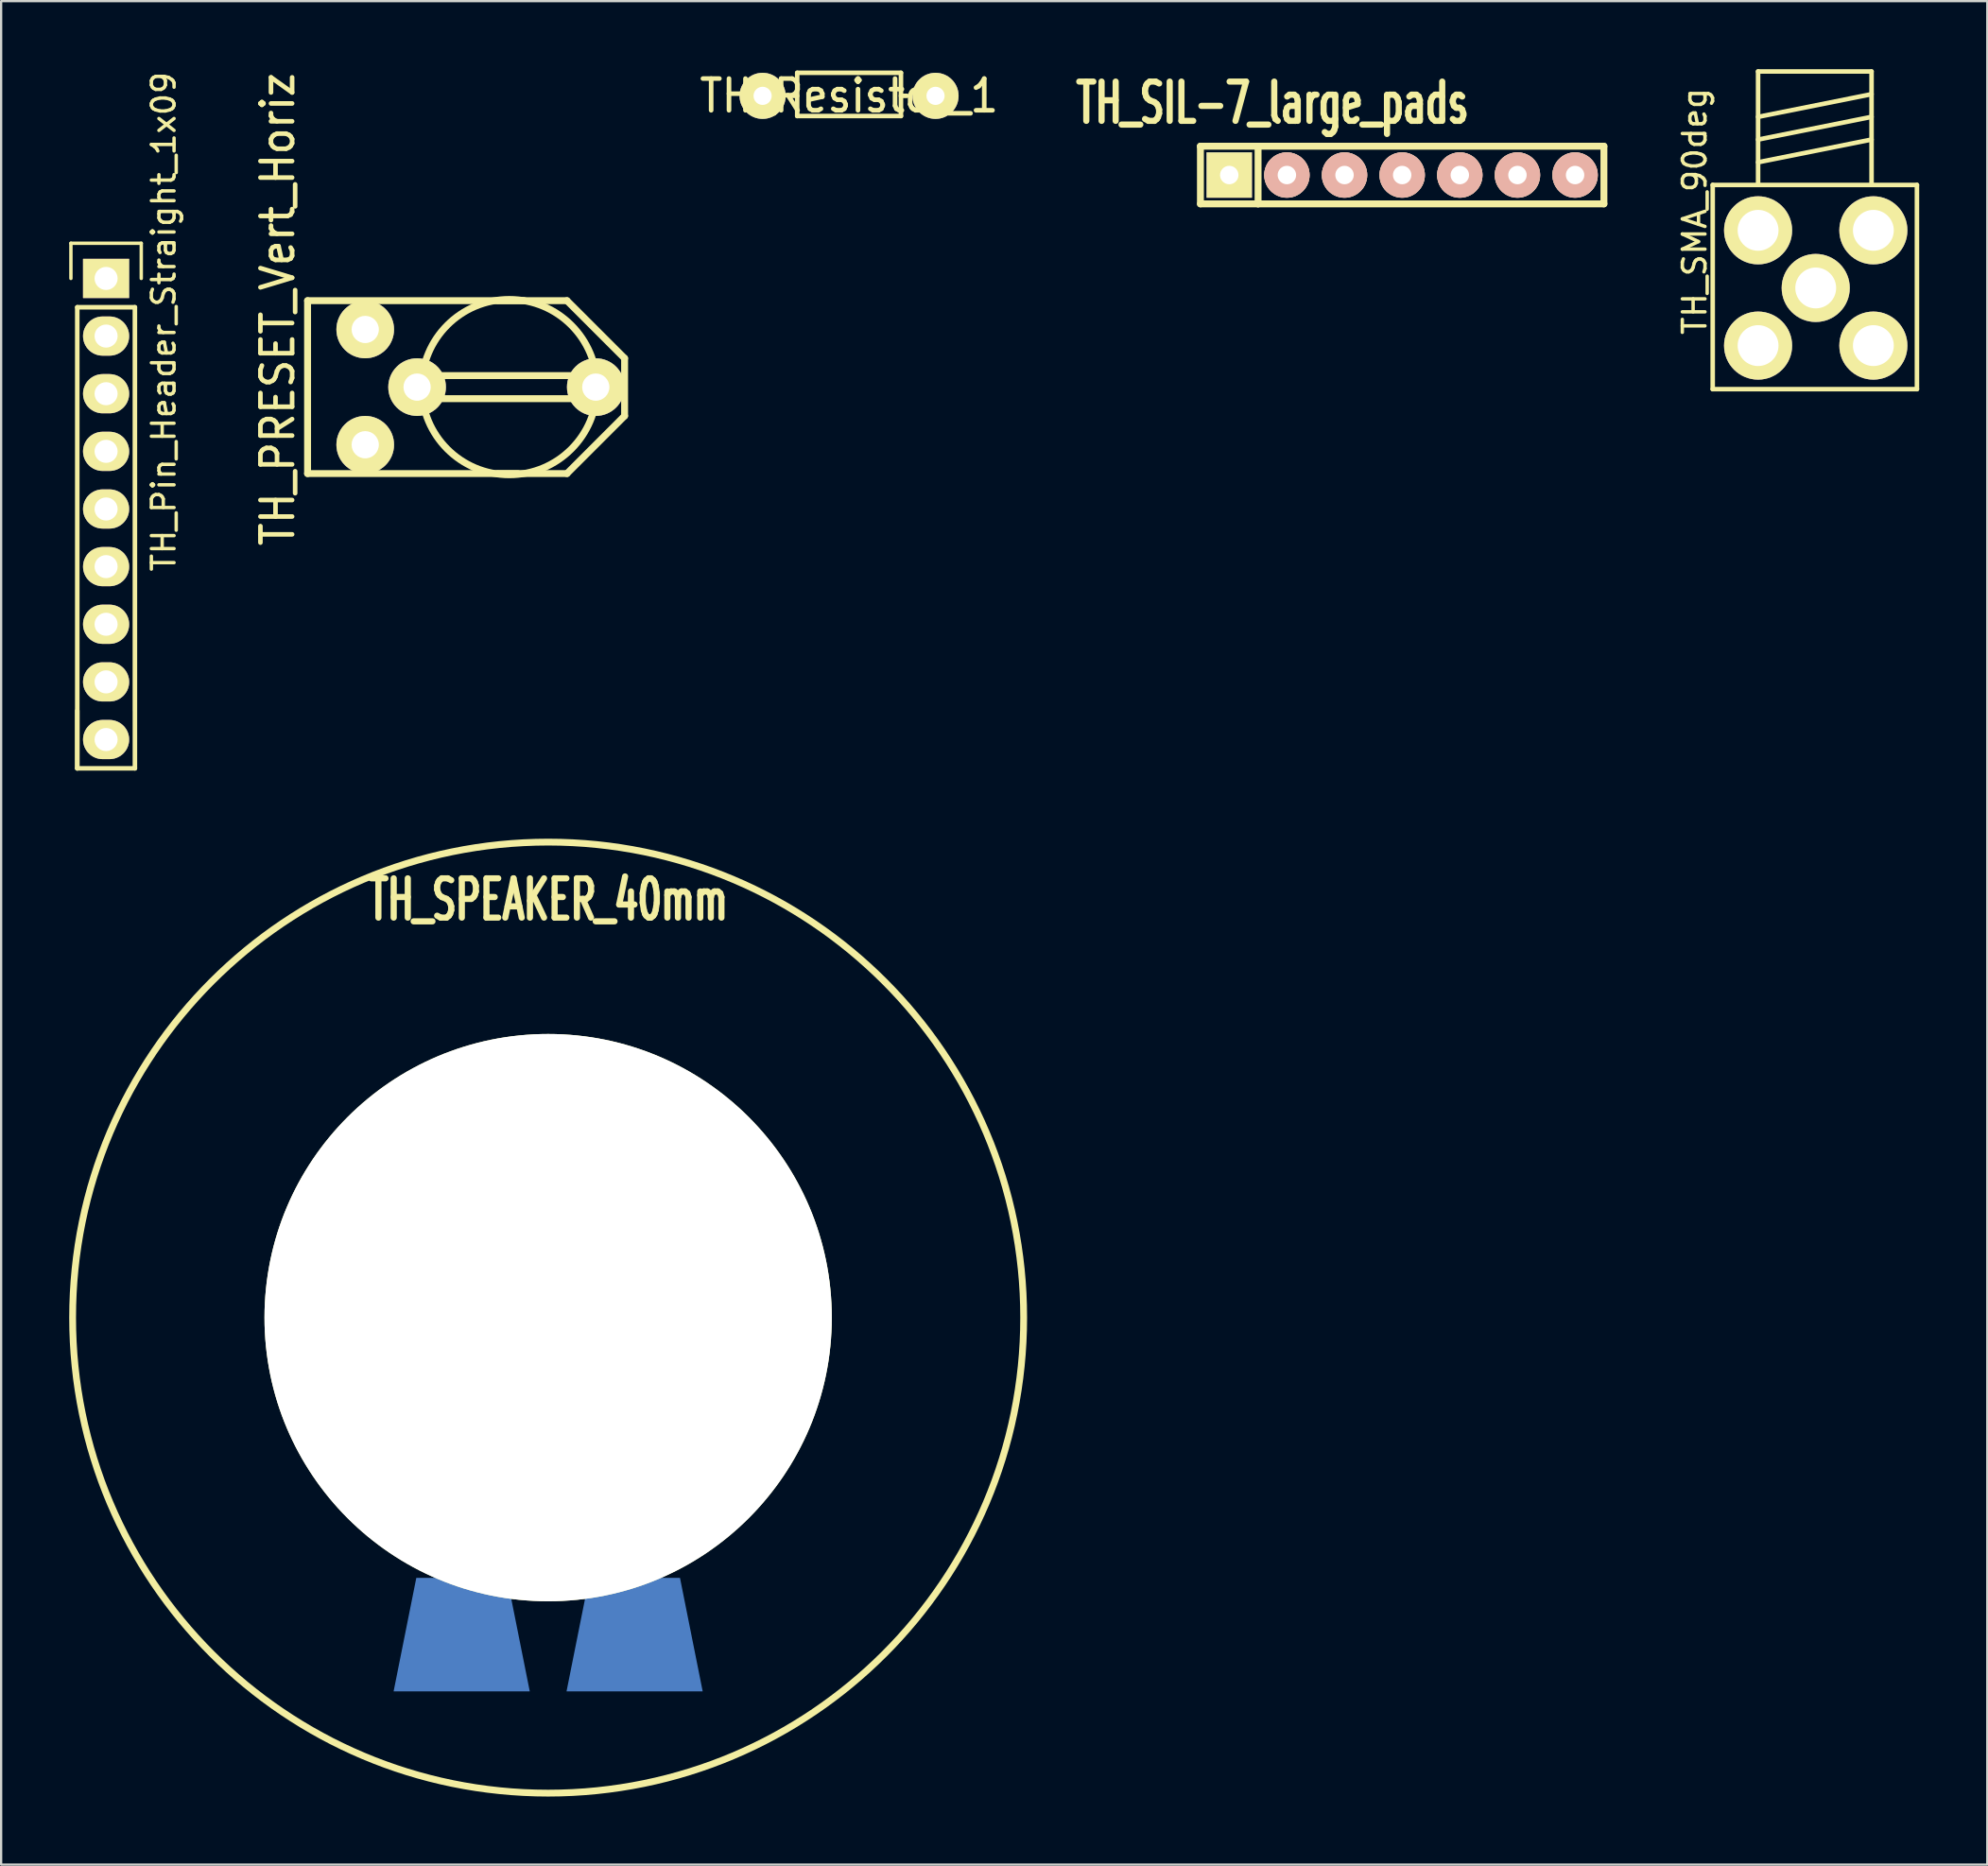
<source format=kicad_pcb>
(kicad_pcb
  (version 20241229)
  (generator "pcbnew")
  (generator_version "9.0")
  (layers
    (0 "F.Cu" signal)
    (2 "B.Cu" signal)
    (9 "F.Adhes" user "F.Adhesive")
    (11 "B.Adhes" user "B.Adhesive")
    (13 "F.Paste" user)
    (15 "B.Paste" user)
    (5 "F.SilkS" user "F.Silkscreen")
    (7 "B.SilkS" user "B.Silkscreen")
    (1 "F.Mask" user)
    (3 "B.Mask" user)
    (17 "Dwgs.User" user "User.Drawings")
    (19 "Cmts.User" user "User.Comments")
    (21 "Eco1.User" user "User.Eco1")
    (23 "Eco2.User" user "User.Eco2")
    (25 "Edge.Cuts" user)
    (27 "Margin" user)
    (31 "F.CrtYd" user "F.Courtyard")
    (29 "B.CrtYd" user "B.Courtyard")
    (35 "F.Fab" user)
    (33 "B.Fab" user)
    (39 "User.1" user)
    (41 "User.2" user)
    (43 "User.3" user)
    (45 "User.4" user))
  (footprint "TH_Resistor_1"
    (layer "F.Cu")
    (at 34.366 1.174)
    (property "Reference" "TH_Resistor_1" (at 0 0 0) (layer "F.SilkS") (effects (font (size 1.397 1.27) (thickness 0.203))))
    (attr through_hole)
    (fp_line (start -2.286 -1.016) (end -2.286 0.889) (stroke (width 0.2) (type solid)) (layer "F.SilkS"))
    (fp_line (start -2.286 0) (end -2.54 0) (stroke (width 0.2) (type solid)) (layer "F.SilkS"))
    (fp_line (start -2.286 0.889) (end 2.286 0.889) (stroke (width 0.2) (type solid)) (layer "F.SilkS"))
    (fp_line (start 2.286 -1.016) (end -2.286 -1.016) (stroke (width 0.2) (type solid)) (layer "F.SilkS"))
    (fp_line (start 2.286 0) (end 2.54 0) (stroke (width 0.2) (type solid)) (layer "F.SilkS"))
    (fp_line (start 2.286 0.889) (end 2.286 -1.016) (stroke (width 0.2) (type solid)) (layer "F.SilkS"))
    (pad "1" thru_hole circle (at -3.81 0) (size 2.032 2.032) (drill 0.8) (layers "*.Cu" "*.Mask" "F.SilkS"))
    (pad "2" thru_hole circle (at 3.81 0) (size 2.032 2.032) (drill 0.8) (layers "*.Cu" "*.Mask" "F.SilkS")))
  (footprint "TH_SIL-7_large_pads"
    (layer "F.Cu")
    (at 58.739 4.664)
    (property "Reference" "TH_SIL-7_large_pads" (at -5.715 -3.175 0) (layer "F.SilkS") (effects (font (size 1.73 1.087) (thickness 0.272))))
    (attr through_hole)
    (fp_line (start -8.89 -1.27) (end -8.89 -1.27) (stroke (width 0.305) (type solid)) (layer "F.SilkS"))
    (fp_line (start -8.89 -1.27) (end 8.89 -1.27) (stroke (width 0.305) (type solid)) (layer "F.SilkS"))
    (fp_line (start -8.89 1.27) (end -8.89 -1.27) (stroke (width 0.305) (type solid)) (layer "F.SilkS"))
    (fp_line (start -6.35 1.27) (end -6.35 -1.27) (stroke (width 0.305) (type solid)) (layer "F.SilkS"))
    (fp_line (start -6.35 1.27) (end -6.35 1.27) (stroke (width 0.305) (type solid)) (layer "F.SilkS"))
    (fp_line (start 8.89 -1.27) (end 8.89 1.27) (stroke (width 0.305) (type solid)) (layer "F.SilkS"))
    (fp_line (start 8.89 1.27) (end -8.89 1.27) (stroke (width 0.305) (type solid)) (layer "F.SilkS"))
    (pad "1" thru_hole rect (at -7.62 0) (size 1.999 1.999) (drill 0.813) (layers "*.Cu" "*.Mask" "F.SilkS"))
    (pad "2" thru_hole circle (at -5.08 0) (size 1.999 1.999) (drill 0.813) (layers "*.Cu" "*.SilkS" "*.Mask"))
    (pad "3" thru_hole circle (at -2.54 0) (size 1.999 1.999) (drill 0.813) (layers "*.Cu" "*.SilkS" "*.Mask"))
    (pad "4" thru_hole circle (at 0 0) (size 1.999 1.999) (drill 0.813) (layers "*.Cu" "*.SilkS" "*.Mask"))
    (pad "5" thru_hole circle (at 2.54 0) (size 1.999 1.999) (drill 0.813) (layers "*.Cu" "*.SilkS" "*.Mask"))
    (pad "6" thru_hole circle (at 5.08 0) (size 1.999 1.999) (drill 0.813) (layers "*.Cu" "*.SilkS" "*.Mask"))
    (pad "7" thru_hole circle (at 7.62 0) (size 1.999 1.999) (drill 0.813) (layers "*.Cu" "*.SilkS" "*.Mask")))
  (footprint "TH_SPEAKER_40mm"
    (layer "F.Cu")
    (at 21.105 55.015)
    (property "Reference" "TH_SPEAKER_40mm" (at 0 -18.415 0) (layer "F.SilkS") (effects (font (size 1.73 1.087) (thickness 0.272))))
    (attr through_hole)
    (fp_circle (center 0 0) (end 20.955 0) (stroke (width 0.3) (type solid)) (fill no) (layer "F.SilkS"))
    (pad "" np_thru_hole circle (at 0 0) (size 25 25) (drill 25) (layers "*.Cu" "*.Mask" "F.SilkS"))
    (pad "1" smd trapezoid (at -3.81 13.97) (size 5 5) (rect_delta 0 1) (layers "B.Cu" "B.Mask" "B.Paste"))
    (pad "2" smd trapezoid (at 3.81 13.97) (size 5 5) (rect_delta 0 1) (layers "B.Cu" "B.Mask" "B.Paste")))
  (footprint "TH_PRESET_Vert_Horiz"
    (layer "F.Cu")
    (at 18.124 14.009)
    (property "Reference" "TH_PRESET_Vert_Horiz" (at -8.937 -3.429 90) (layer "F.SilkS") (effects (font (size 1.397 1.27) (thickness 0.203))))
    (attr through_hole)
    (fp_line (start -7.62 -3.81) (end 3.81 -3.81) (stroke (width 0.305) (type solid)) (layer "F.SilkS"))
    (fp_line (start -7.62 3.81) (end -7.62 -3.81) (stroke (width 0.305) (type solid)) (layer "F.SilkS"))
    (fp_line (start -2.54 -0.508) (end 4.953 -0.508) (stroke (width 0.305) (type solid)) (layer "F.SilkS"))
    (fp_line (start -2.54 0.508) (end 4.953 0.508) (stroke (width 0.305) (type solid)) (layer "F.SilkS"))
    (fp_line (start 0.762 -3.81) (end 1.905 -3.81) (stroke (width 0.305) (type solid)) (layer "F.SilkS"))
    (fp_line (start 1.651 3.81) (end 0.762 3.81) (stroke (width 0.305) (type solid)) (layer "F.SilkS"))
    (fp_line (start 3.81 -3.81) (end 6.35 -1.27) (stroke (width 0.305) (type solid)) (layer "F.SilkS"))
    (fp_line (start 3.81 3.81) (end -7.62 3.81) (stroke (width 0.305) (type solid)) (layer "F.SilkS"))
    (fp_line (start 6.35 -1.27) (end 6.35 1.27) (stroke (width 0.305) (type solid)) (layer "F.SilkS"))
    (fp_line (start 6.35 1.27) (end 3.81 3.81) (stroke (width 0.305) (type solid)) (layer "F.SilkS"))
    (fp_circle (center 1.27 0) (end -2.54 -0.635) (stroke (width 0.305) (type solid)) (fill no) (layer "F.SilkS"))
    (pad "1" thru_hole circle (at -5.08 -2.54) (size 2.54 2.54) (drill 1.2) (layers "*.Cu" "*.Mask" "F.SilkS"))
    (pad "2" thru_hole circle (at -2.794 0) (size 2.54 2.54) (drill 1.2) (layers "*.Cu" "*.Mask" "F.SilkS"))
    (pad "2" thru_hole circle (at 5.08 0) (size 2.54 2.54) (drill 1.2) (layers "*.Cu" "*.Mask" "F.SilkS"))
    (pad "3" thru_hole circle (at -5.08 2.54) (size 2.54 2.54) (drill 1.2) (layers "*.Cu" "*.Mask" "F.SilkS")))
  (footprint "TH_SMA_90deg"
    (layer "F.Cu")
    (at 74.423 7.1)
    (property "Reference" "TH_SMA_90deg" (at -2.794 -0.838 90) (layer "F.SilkS") (effects (font (size 1 1) (thickness 0.15))))
    (attr through_hole)
    (fp_line (start -2 -2) (end 7 -2) (stroke (width 0.2) (type solid)) (layer "F.SilkS"))
    (fp_line (start -2 7) (end -2 -2) (stroke (width 0.2) (type solid)) (layer "F.SilkS"))
    (fp_line (start 0 -7) (end 5 -7) (stroke (width 0.2) (type solid)) (layer "F.SilkS"))
    (fp_line (start 0 -5) (end 5 -6) (stroke (width 0.2) (type solid)) (layer "F.SilkS"))
    (fp_line (start 0 -4) (end 5 -5) (stroke (width 0.2) (type solid)) (layer "F.SilkS"))
    (fp_line (start 0 -3) (end 5 -4) (stroke (width 0.2) (type solid)) (layer "F.SilkS"))
    (fp_line (start 0 -2) (end 0 -7) (stroke (width 0.2) (type solid)) (layer "F.SilkS"))
    (fp_line (start 5 -7) (end 5 -2) (stroke (width 0.2) (type solid)) (layer "F.SilkS"))
    (fp_line (start 7 -2) (end 7 7) (stroke (width 0.2) (type solid)) (layer "F.SilkS"))
    (fp_line (start 7 7) (end -2 7) (stroke (width 0.2) (type solid)) (layer "F.SilkS"))
    (pad "1" thru_hole circle (at 2.54 2.54) (size 3 3) (drill 1.8) (layers "*.Cu" "*.Mask" "F.SilkS"))
    (pad "2" thru_hole circle (at 0 0) (size 3 3) (drill 1.8) (layers "*.Cu" "*.Mask" "F.SilkS"))
    (pad "2" thru_hole circle (at 0 5.08) (size 3 3) (drill 1.8) (layers "*.Cu" "*.Mask" "F.SilkS"))
    (pad "2" thru_hole circle (at 5.08 0) (size 3 3) (drill 1.8) (layers "*.Cu" "*.Mask" "F.SilkS"))
    (pad "2" thru_hole circle (at 5.08 5.08) (size 3 3) (drill 1.8) (layers "*.Cu" "*.Mask" "F.SilkS")))
  (footprint "TH_Pin_Header_Straight_1x09"
    (layer "F.Cu")
    (at 1.625 9.22)
    (property "Reference" "TH_Pin_Header_Straight_1x09" (at 2.54 1.905 90) (layer "F.SilkS") (effects (font (size 1 1) (thickness 0.15))))
    (attr through_hole)
    (fp_line (start -1.55 -1.55) (end 1.55 -1.55) (stroke (width 0.15) (type solid)) (layer "F.SilkS"))
    (fp_line (start -1.55 0) (end -1.55 -1.55) (stroke (width 0.15) (type solid)) (layer "F.SilkS"))
    (fp_line (start -1.27 1.27) (end -1.27 21.59) (stroke (width 0.2) (type solid)) (layer "F.SilkS"))
    (fp_line (start -1.27 19.05) (end -1.27 1.27) (stroke (width 0.15) (type solid)) (layer "F.SilkS"))
    (fp_line (start -1.27 19.05) (end -1.27 21.59) (stroke (width 0.2) (type solid)) (layer "F.SilkS"))
    (fp_line (start -1.27 21.59) (end 1.27 21.59) (stroke (width 0.2) (type solid)) (layer "F.SilkS"))
    (fp_line (start 1.27 1.27) (end -1.27 1.27) (stroke (width 0.15) (type solid)) (layer "F.SilkS"))
    (fp_line (start 1.27 1.27) (end -1.27 1.27) (stroke (width 0.2) (type solid)) (layer "F.SilkS"))
    (fp_line (start 1.27 1.27) (end 1.27 19.05) (stroke (width 0.15) (type solid)) (layer "F.SilkS"))
    (fp_line (start 1.27 21.59) (end 1.27 1.27) (stroke (width 0.2) (type solid)) (layer "F.SilkS"))
    (fp_line (start 1.55 -1.55) (end 1.55 0) (stroke (width 0.15) (type solid)) (layer "F.SilkS"))
    (pad "1" thru_hole rect (at 0 0) (size 2.032 1.727) (drill 1.016) (layers "*.Cu" "*.Mask" "F.SilkS"))
    (pad "2" thru_hole oval (at 0 2.54) (size 2.032 1.727) (drill 1.016) (layers "*.Cu" "*.Mask" "F.SilkS"))
    (pad "3" thru_hole oval (at 0 5.08) (size 2.032 1.727) (drill 1.016) (layers "*.Cu" "*.Mask" "F.SilkS"))
    (pad "4" thru_hole oval (at 0 7.62) (size 2.032 1.727) (drill 1.016) (layers "*.Cu" "*.Mask" "F.SilkS"))
    (pad "5" thru_hole oval (at 0 10.16) (size 2.032 1.727) (drill 1.016) (layers "*.Cu" "*.Mask" "F.SilkS"))
    (pad "6" thru_hole oval (at 0 12.7) (size 2.032 1.727) (drill 1.016) (layers "*.Cu" "*.Mask" "F.SilkS"))
    (pad "7" thru_hole oval (at 0 15.24) (size 2.032 1.727) (drill 1.016) (layers "*.Cu" "*.Mask" "F.SilkS"))
    (pad "8" thru_hole oval (at 0 17.78) (size 2.032 1.727) (drill 1.016) (layers "*.Cu" "*.Mask" "F.SilkS"))
    (pad "9" thru_hole oval (at 0 20.32) (size 2.032 1.727) (drill 1.016) (layers "*.Cu" "*.Mask" "F.SilkS")))
  (gr_rect
    (start -3 -3)
    (end 84.523 79.12)
    (stroke (width 0.1) (type default))
    (fill no)
    (layer "Edge.Cuts")))
</source>
